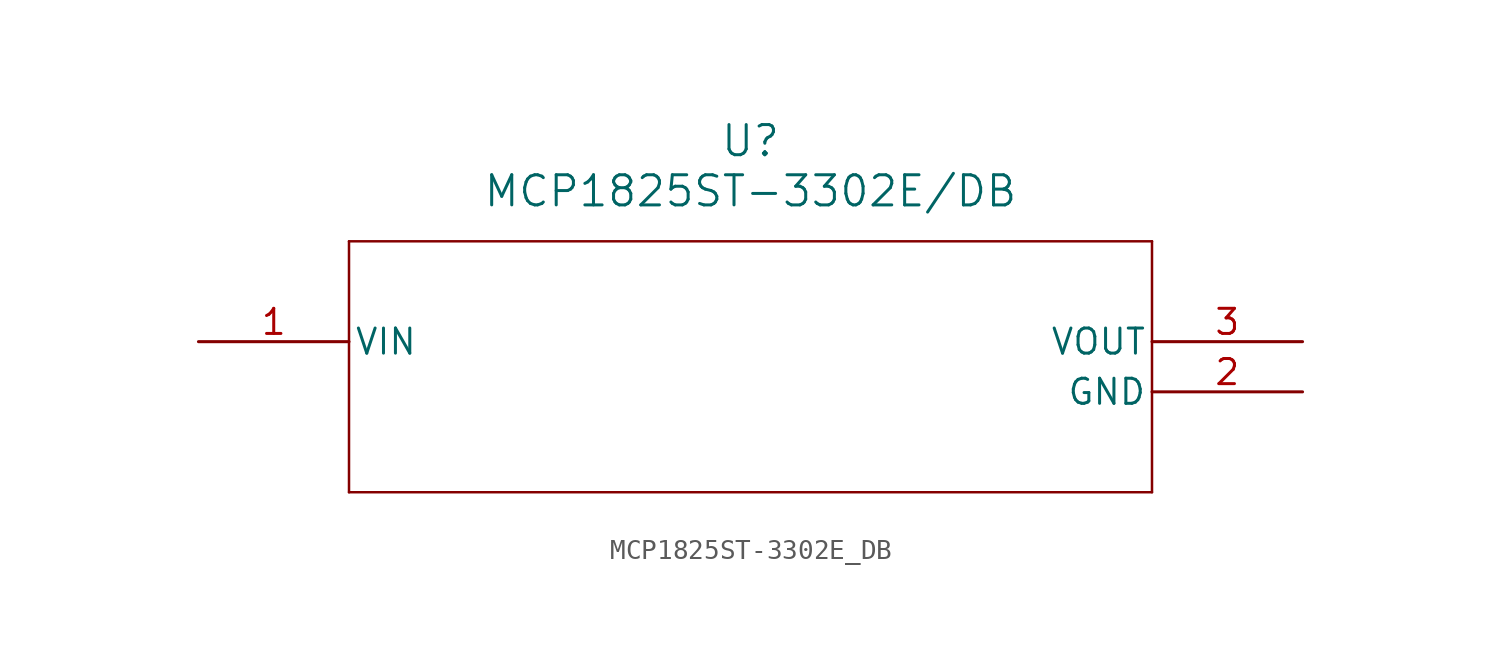
<source format=kicad_sym>
(kicad_symbol_lib
  (version 20211014)
  (generator kicad_symbol_editor)
  (symbol "MCP1825ST-3302E_DB"
    (pin_names
      (offset 0.254))
    (property "Reference" "U"
      (at 27.94 10.16 0)
      (effects (font (size 1.524 1.524))))
    (property "Value" "MCP1825ST-3302E/DB"
      (at 27.94 7.62 0)
      (effects (font (size 1.524 1.524))))
    (symbol "MCP1825ST-3302E_DB_0_1"
      (polyline (pts (xy 7.62 5.08) (xy 7.62 -7.62)) (stroke (width 0.127) (type default) (color 0 0 0 0)) (fill (type none)))
      (polyline (pts (xy 7.62 -7.62) (xy 48.26 -7.62)) (stroke (width 0.127) (type default) (color 0 0 0 0)) (fill (type none)))
      (polyline (pts (xy 48.26 -7.62) (xy 48.26 5.08)) (stroke (width 0.127) (type default) (color 0 0 0 0)) (fill (type none)))
      (polyline (pts (xy 48.26 5.08) (xy 7.62 5.08)) (stroke (width 0.127) (type default) (color 0 0 0 0)) (fill (type none)))
      (pin unspecified line (at 0 0 0) (length 7.62) (name "VIN" (effects (font (size 1.27 1.27)))) (number "1" (effects (font (size 1.27 1.27)))))
      (pin unspecified line (at 55.88 -2.54 180) (length 7.62) (name "GND" (effects (font (size 1.27 1.27)))) (number "2" (effects (font (size 1.27 1.27)))))
      (pin unspecified line (at 55.88 0 180) (length 7.62) (name "VOUT" (effects (font (size 1.27 1.27)))) (number "3" (effects (font (size 1.27 1.27))))))))
</source>
